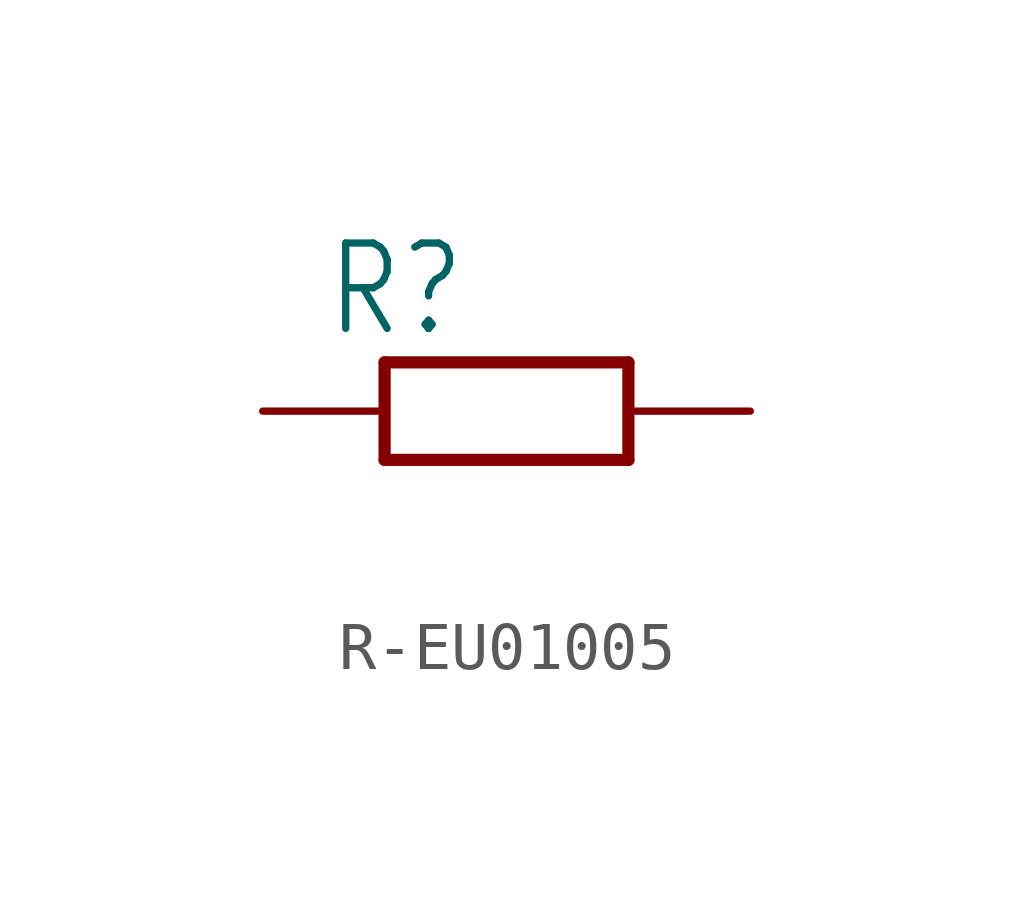
<source format=kicad_sym>
(kicad_symbol_lib
  (version 20220914)
  (generator kicad_symbol_editor)
  (symbol "R-EU01005"
    (property "Reference" "R"
      (at -3.81 1.499 0)
      (effects (font (size 1.778 1.511)) (justify left bottom)))
    (property "Value" ""
      (at -3.81 -3.302 0)
      (effects (font (size 1.778 1.511)) (justify left bottom)))
    (property "ki_locked" ""
      (at 0 0 0)
      (effects (font (size 1.27 1.27))))
    (symbol "R-EU01005_1_0"
      (polyline (pts (xy -2.54 -1.016) (xy -2.54 1.016)) (stroke (width 0.254) (type solid)) (fill (type none)))
      (polyline (pts (xy -2.54 1.016) (xy 2.54 1.016)) (stroke (width 0.254) (type solid)) (fill (type none)))
      (polyline (pts (xy 2.54 -1.016) (xy -2.54 -1.016)) (stroke (width 0.254) (type solid)) (fill (type none)))
      (polyline (pts (xy 2.54 1.016) (xy 2.54 -1.016)) (stroke (width 0.254) (type solid)) (fill (type none)))
      (pin passive line (at -5.08 0 0) (length 2.54) (name "1" (effects (font (size 0 0)))) (number "1" (effects (font (size 0 0)))))
      (pin passive line (at 5.08 0 180) (length 2.54) (name "2" (effects (font (size 0 0)))) (number "2" (effects (font (size 0 0))))))))
</source>
